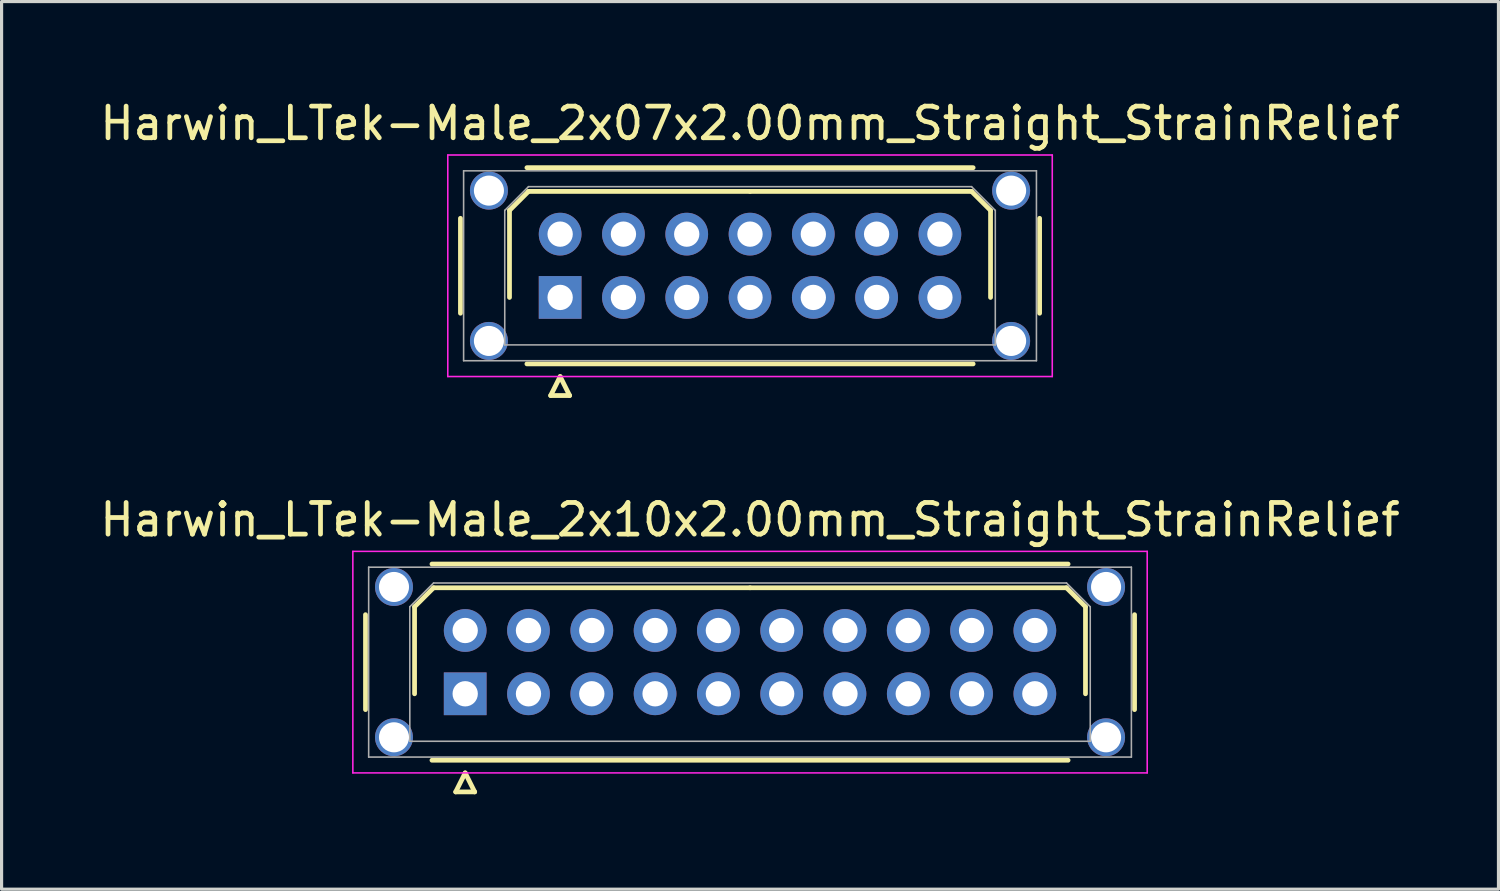
<source format=kicad_pcb>
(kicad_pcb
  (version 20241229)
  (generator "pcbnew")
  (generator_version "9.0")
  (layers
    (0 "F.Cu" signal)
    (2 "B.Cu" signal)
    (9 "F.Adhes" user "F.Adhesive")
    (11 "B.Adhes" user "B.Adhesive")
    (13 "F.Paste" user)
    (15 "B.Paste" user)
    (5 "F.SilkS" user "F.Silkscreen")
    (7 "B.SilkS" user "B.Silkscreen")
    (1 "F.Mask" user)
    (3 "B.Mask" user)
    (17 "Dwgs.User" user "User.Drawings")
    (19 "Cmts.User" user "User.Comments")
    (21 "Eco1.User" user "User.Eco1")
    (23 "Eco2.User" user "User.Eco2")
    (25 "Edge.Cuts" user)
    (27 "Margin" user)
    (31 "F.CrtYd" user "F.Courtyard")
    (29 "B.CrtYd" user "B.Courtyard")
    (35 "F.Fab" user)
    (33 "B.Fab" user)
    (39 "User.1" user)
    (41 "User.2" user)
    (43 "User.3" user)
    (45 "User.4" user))
  (footprint "Harwin_LTek-Male_2x07x2.00mm_Straight_StrainRelief"
    (layer "F.Cu")
    (at 14.649 6.348)
    (property "Reference" "Harwin_LTek-Male_2x07x2.00mm_Straight_StrainRelief" (at 6 -5.5 0) (layer "F.SilkS") (effects (font (size 1 1) (thickness 0.15))))
    (attr through_hole)
    (fp_line (start -3.15 -2.5) (end -3.15 0.5) (stroke (width 0.15) (type solid)) (layer "F.SilkS"))
    (fp_line (start -1.6 -2.75) (end -1 -3.35) (stroke (width 0.15) (type solid)) (layer "F.SilkS"))
    (fp_line (start -1.6 0) (end -1.6 -2.75) (stroke (width 0.15) (type solid)) (layer "F.SilkS"))
    (fp_line (start -1.05 -4.1) (end 13.05 -4.1) (stroke (width 0.15) (type solid)) (layer "F.SilkS"))
    (fp_line (start -1.05 2.1) (end 13.05 2.1) (stroke (width 0.15) (type solid)) (layer "F.SilkS"))
    (fp_line (start -1 -3.35) (end 6 -3.35) (stroke (width 0.15) (type solid)) (layer "F.SilkS"))
    (fp_line (start -0.3 3.1) (end 0.3 3.1) (stroke (width 0.15) (type solid)) (layer "F.SilkS"))
    (fp_line (start 0 2.5) (end -0.3 3.1) (stroke (width 0.15) (type solid)) (layer "F.SilkS"))
    (fp_line (start 0.3 3.1) (end 0 2.5) (stroke (width 0.15) (type solid)) (layer "F.SilkS"))
    (fp_line (start 13 -3.35) (end 6 -3.35) (stroke (width 0.15) (type solid)) (layer "F.SilkS"))
    (fp_line (start 13.6 -2.75) (end 13 -3.35) (stroke (width 0.15) (type solid)) (layer "F.SilkS"))
    (fp_line (start 13.6 0) (end 13.6 -2.75) (stroke (width 0.15) (type solid)) (layer "F.SilkS"))
    (fp_line (start 15.15 -2.5) (end 15.15 0.5) (stroke (width 0.15) (type solid)) (layer "F.SilkS"))
    (fp_line (start -3.55 -4.5) (end -3.55 2.5) (stroke (width 0.05) (type solid)) (layer "F.CrtYd"))
    (fp_line (start -3.55 2.5) (end 15.55 2.5) (stroke (width 0.05) (type solid)) (layer "F.CrtYd"))
    (fp_line (start 15.55 -4.5) (end -3.55 -4.5) (stroke (width 0.05) (type solid)) (layer "F.CrtYd"))
    (fp_line (start 15.55 2.5) (end 15.55 -4.5) (stroke (width 0.05) (type solid)) (layer "F.CrtYd"))
    (fp_line (start -3.05 -4) (end -3.05 2) (stroke (width 0.05) (type solid)) (layer "F.Fab"))
    (fp_line (start -3.05 2) (end 15.05 2) (stroke (width 0.05) (type solid)) (layer "F.Fab"))
    (fp_line (start -1.75 -2.75) (end -1 -3.5) (stroke (width 0.05) (type solid)) (layer "F.Fab"))
    (fp_line (start -1.75 1.5) (end -1.75 -2.75) (stroke (width 0.05) (type solid)) (layer "F.Fab"))
    (fp_line (start -1 -3.5) (end 13 -3.5) (stroke (width 0.05) (type solid)) (layer "F.Fab"))
    (fp_line (start 13 -3.5) (end 13.75 -2.75) (stroke (width 0.05) (type solid)) (layer "F.Fab"))
    (fp_line (start 13.75 -2.75) (end 13.75 1.5) (stroke (width 0.05) (type solid)) (layer "F.Fab"))
    (fp_line (start 13.75 1.5) (end -1.75 1.5) (stroke (width 0.05) (type solid)) (layer "F.Fab"))
    (fp_line (start 15.05 -4) (end -3.05 -4) (stroke (width 0.05) (type solid)) (layer "F.Fab"))
    (fp_line (start 15.05 2) (end 15.05 -4) (stroke (width 0.05) (type solid)) (layer "F.Fab"))
    (pad "" thru_hole circle (at -2.25 -3.375) (size 1.2 1.2) (drill 0.95) (layers "*.Cu" "*.Mask"))
    (pad "" thru_hole circle (at -2.25 1.375) (size 1.2 1.2) (drill 0.95) (layers "*.Cu" "*.Mask"))
    (pad "" thru_hole circle (at 14.25 -3.375) (size 1.2 1.2) (drill 0.95) (layers "*.Cu" "*.Mask"))
    (pad "" thru_hole circle (at 14.25 1.375) (size 1.2 1.2) (drill 0.95) (layers "*.Cu" "*.Mask"))
    (pad "1" thru_hole rect (at 0 0) (size 1.35 1.35) (drill 0.8) (layers "*.Cu" "*.Mask"))
    (pad "2" thru_hole circle (at 0 -2) (size 1.35 1.35) (drill 0.8) (layers "*.Cu" "*.Mask"))
    (pad "3" thru_hole circle (at 2 0) (size 1.35 1.35) (drill 0.8) (layers "*.Cu" "*.Mask"))
    (pad "4" thru_hole circle (at 2 -2) (size 1.35 1.35) (drill 0.8) (layers "*.Cu" "*.Mask"))
    (pad "5" thru_hole circle (at 4 0) (size 1.35 1.35) (drill 0.8) (layers "*.Cu" "*.Mask"))
    (pad "6" thru_hole circle (at 4 -2) (size 1.35 1.35) (drill 0.8) (layers "*.Cu" "*.Mask"))
    (pad "7" thru_hole circle (at 6 0) (size 1.35 1.35) (drill 0.8) (layers "*.Cu" "*.Mask"))
    (pad "8" thru_hole circle (at 6 -2) (size 1.35 1.35) (drill 0.8) (layers "*.Cu" "*.Mask"))
    (pad "9" thru_hole circle (at 8 0) (size 1.35 1.35) (drill 0.8) (layers "*.Cu" "*.Mask"))
    (pad "10" thru_hole circle (at 8 -2) (size 1.35 1.35) (drill 0.8) (layers "*.Cu" "*.Mask"))
    (pad "11" thru_hole circle (at 10 0) (size 1.35 1.35) (drill 0.8) (layers "*.Cu" "*.Mask"))
    (pad "12" thru_hole circle (at 10 -2) (size 1.35 1.35) (drill 0.8) (layers "*.Cu" "*.Mask"))
    (pad "13" thru_hole circle (at 12 0) (size 1.35 1.35) (drill 0.8) (layers "*.Cu" "*.Mask"))
    (pad "14" thru_hole circle (at 12 -2) (size 1.35 1.35) (drill 0.8) (layers "*.Cu" "*.Mask")))
  (footprint "Harwin_LTek-Male_2x10x2.00mm_Straight_StrainRelief"
    (layer "F.Cu")
    (at 11.649 18.872)
    (property "Reference" "Harwin_LTek-Male_2x10x2.00mm_Straight_StrainRelief" (at 9 -5.5 0) (layer "F.SilkS") (effects (font (size 1 1) (thickness 0.15))))
    (attr through_hole)
    (fp_line (start -3.15 -2.5) (end -3.15 0.5) (stroke (width 0.15) (type solid)) (layer "F.SilkS"))
    (fp_line (start -1.6 -2.75) (end -1 -3.35) (stroke (width 0.15) (type solid)) (layer "F.SilkS"))
    (fp_line (start -1.6 0) (end -1.6 -2.75) (stroke (width 0.15) (type solid)) (layer "F.SilkS"))
    (fp_line (start -1.05 -4.1) (end 19.05 -4.1) (stroke (width 0.15) (type solid)) (layer "F.SilkS"))
    (fp_line (start -1.05 2.1) (end 19.05 2.1) (stroke (width 0.15) (type solid)) (layer "F.SilkS"))
    (fp_line (start -1 -3.35) (end 9 -3.35) (stroke (width 0.15) (type solid)) (layer "F.SilkS"))
    (fp_line (start -0.3 3.1) (end 0.3 3.1) (stroke (width 0.15) (type solid)) (layer "F.SilkS"))
    (fp_line (start 0 2.5) (end -0.3 3.1) (stroke (width 0.15) (type solid)) (layer "F.SilkS"))
    (fp_line (start 0.3 3.1) (end 0 2.5) (stroke (width 0.15) (type solid)) (layer "F.SilkS"))
    (fp_line (start 19 -3.35) (end 9 -3.35) (stroke (width 0.15) (type solid)) (layer "F.SilkS"))
    (fp_line (start 19.6 -2.75) (end 19 -3.35) (stroke (width 0.15) (type solid)) (layer "F.SilkS"))
    (fp_line (start 19.6 0) (end 19.6 -2.75) (stroke (width 0.15) (type solid)) (layer "F.SilkS"))
    (fp_line (start 21.15 -2.5) (end 21.15 0.5) (stroke (width 0.15) (type solid)) (layer "F.SilkS"))
    (fp_line (start -3.55 -4.5) (end -3.55 2.5) (stroke (width 0.05) (type solid)) (layer "F.CrtYd"))
    (fp_line (start -3.55 2.5) (end 21.55 2.5) (stroke (width 0.05) (type solid)) (layer "F.CrtYd"))
    (fp_line (start 21.55 -4.5) (end -3.55 -4.5) (stroke (width 0.05) (type solid)) (layer "F.CrtYd"))
    (fp_line (start 21.55 2.5) (end 21.55 -4.5) (stroke (width 0.05) (type solid)) (layer "F.CrtYd"))
    (fp_line (start -3.05 -4) (end -3.05 2) (stroke (width 0.05) (type solid)) (layer "F.Fab"))
    (fp_line (start -3.05 2) (end 21.05 2) (stroke (width 0.05) (type solid)) (layer "F.Fab"))
    (fp_line (start -1.75 -2.75) (end -1 -3.5) (stroke (width 0.05) (type solid)) (layer "F.Fab"))
    (fp_line (start -1.75 1.5) (end -1.75 -2.75) (stroke (width 0.05) (type solid)) (layer "F.Fab"))
    (fp_line (start -1 -3.5) (end 19 -3.5) (stroke (width 0.05) (type solid)) (layer "F.Fab"))
    (fp_line (start 19 -3.5) (end 19.75 -2.75) (stroke (width 0.05) (type solid)) (layer "F.Fab"))
    (fp_line (start 19.75 -2.75) (end 19.75 1.5) (stroke (width 0.05) (type solid)) (layer "F.Fab"))
    (fp_line (start 19.75 1.5) (end -1.75 1.5) (stroke (width 0.05) (type solid)) (layer "F.Fab"))
    (fp_line (start 21.05 -4) (end -3.05 -4) (stroke (width 0.05) (type solid)) (layer "F.Fab"))
    (fp_line (start 21.05 2) (end 21.05 -4) (stroke (width 0.05) (type solid)) (layer "F.Fab"))
    (pad "" thru_hole circle (at -2.25 -3.375) (size 1.2 1.2) (drill 0.95) (layers "*.Cu" "*.Mask"))
    (pad "" thru_hole circle (at -2.25 1.375) (size 1.2 1.2) (drill 0.95) (layers "*.Cu" "*.Mask"))
    (pad "" thru_hole circle (at 20.25 -3.375) (size 1.2 1.2) (drill 0.95) (layers "*.Cu" "*.Mask"))
    (pad "" thru_hole circle (at 20.25 1.375) (size 1.2 1.2) (drill 0.95) (layers "*.Cu" "*.Mask"))
    (pad "1" thru_hole rect (at 0 0) (size 1.35 1.35) (drill 0.8) (layers "*.Cu" "*.Mask"))
    (pad "2" thru_hole circle (at 0 -2) (size 1.35 1.35) (drill 0.8) (layers "*.Cu" "*.Mask"))
    (pad "3" thru_hole circle (at 2 0) (size 1.35 1.35) (drill 0.8) (layers "*.Cu" "*.Mask"))
    (pad "4" thru_hole circle (at 2 -2) (size 1.35 1.35) (drill 0.8) (layers "*.Cu" "*.Mask"))
    (pad "5" thru_hole circle (at 4 0) (size 1.35 1.35) (drill 0.8) (layers "*.Cu" "*.Mask"))
    (pad "6" thru_hole circle (at 4 -2) (size 1.35 1.35) (drill 0.8) (layers "*.Cu" "*.Mask"))
    (pad "7" thru_hole circle (at 6 0) (size 1.35 1.35) (drill 0.8) (layers "*.Cu" "*.Mask"))
    (pad "8" thru_hole circle (at 6 -2) (size 1.35 1.35) (drill 0.8) (layers "*.Cu" "*.Mask"))
    (pad "9" thru_hole circle (at 8 0) (size 1.35 1.35) (drill 0.8) (layers "*.Cu" "*.Mask"))
    (pad "10" thru_hole circle (at 8 -2) (size 1.35 1.35) (drill 0.8) (layers "*.Cu" "*.Mask"))
    (pad "11" thru_hole circle (at 10 0) (size 1.35 1.35) (drill 0.8) (layers "*.Cu" "*.Mask"))
    (pad "12" thru_hole circle (at 10 -2) (size 1.35 1.35) (drill 0.8) (layers "*.Cu" "*.Mask"))
    (pad "13" thru_hole circle (at 12 0) (size 1.35 1.35) (drill 0.8) (layers "*.Cu" "*.Mask"))
    (pad "14" thru_hole circle (at 12 -2) (size 1.35 1.35) (drill 0.8) (layers "*.Cu" "*.Mask"))
    (pad "15" thru_hole circle (at 14 0) (size 1.35 1.35) (drill 0.8) (layers "*.Cu" "*.Mask"))
    (pad "16" thru_hole circle (at 14 -2) (size 1.35 1.35) (drill 0.8) (layers "*.Cu" "*.Mask"))
    (pad "17" thru_hole circle (at 16 0) (size 1.35 1.35) (drill 0.8) (layers "*.Cu" "*.Mask"))
    (pad "18" thru_hole circle (at 16 -2) (size 1.35 1.35) (drill 0.8) (layers "*.Cu" "*.Mask"))
    (pad "19" thru_hole circle (at 18 0) (size 1.35 1.35) (drill 0.8) (layers "*.Cu" "*.Mask"))
    (pad "20" thru_hole circle (at 18 -2) (size 1.35 1.35) (drill 0.8) (layers "*.Cu" "*.Mask")))
  (gr_rect
    (start -3 -3)
    (end 44.298 25.047)
    (stroke (width 0.1) (type default))
    (fill no)
    (layer "Edge.Cuts")))
</source>
